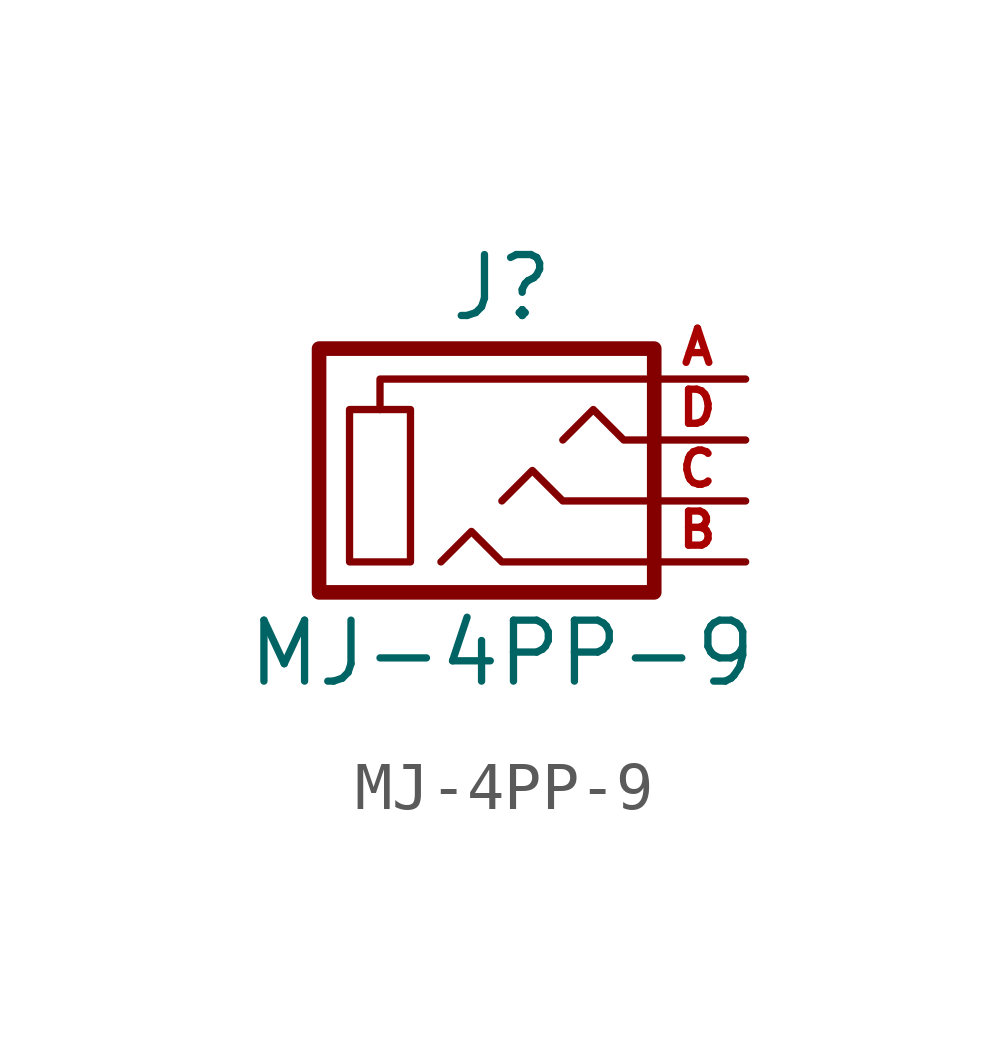
<source format=kicad_sym>
(kicad_symbol_lib
  (version 20241209)
  (generator "kicad_symbol_editor")
  (generator_version "9.0")
  (symbol "MJ-4PP-9"
    (pin_names
      (offset 1.016))
    (property "Reference" "J"
      (at 0 3.81 0)
      (effects (font (size 1.27 1.27))))
    (property "Value" "MJ-4PP-9"
      (at 0 -3.81 0)
      (effects (font (size 1.27 1.27))))
    (symbol "MJ-4PP-9_0_1"
      (polyline (pts (xy -2.54 1.27) (xy -2.54 1.905) (xy 3.175 1.905)) (stroke (width 0) (type solid)) (fill (type none)))
      (rectangle (start -1.905 -1.905) (end -3.175 1.27) (stroke (width 0) (type solid)) (fill (type none)))
      (polyline (pts (xy -1.27 -1.905) (xy -0.635 -1.27) (xy 0 -1.905) (xy 3.175 -1.905)) (stroke (width 0) (type solid)) (fill (type none)))
      (polyline (pts (xy 0 -0.635) (xy 0.635 0) (xy 1.27 -0.635) (xy 3.175 -0.635)) (stroke (width 0) (type solid)) (fill (type none)))
      (polyline (pts (xy 1.27 0.635) (xy 1.905 1.27) (xy 2.54 0.635) (xy 3.175 0.635)) (stroke (width 0) (type solid)) (fill (type none)))
      (rectangle (start 3.175 2.54) (end -3.81 -2.54) (stroke (width 0.305) (type solid)) (fill (type none))))
    (symbol "MJ-4PP-9_1_1"
      (pin input line (at 5.08 1.905 180) (length 2.007) (name "~" (effects (font (size 0.508 0.508)))) (number "A" (effects (font (size 0.711 0.711)))))
      (pin input line (at 5.08 0.635 180) (length 2.007) (name "~" (effects (font (size 0.508 0.508)))) (number "D" (effects (font (size 0.711 0.711)))))
      (pin input line (at 5.08 -0.635 180) (length 2.007) (name "~" (effects (font (size 0.508 0.508)))) (number "C" (effects (font (size 0.711 0.711)))))
      (pin input line (at 5.08 -1.905 180) (length 2.007) (name "~" (effects (font (size 0.508 0.508)))) (number "B" (effects (font (size 0.711 0.711))))))))
</source>
